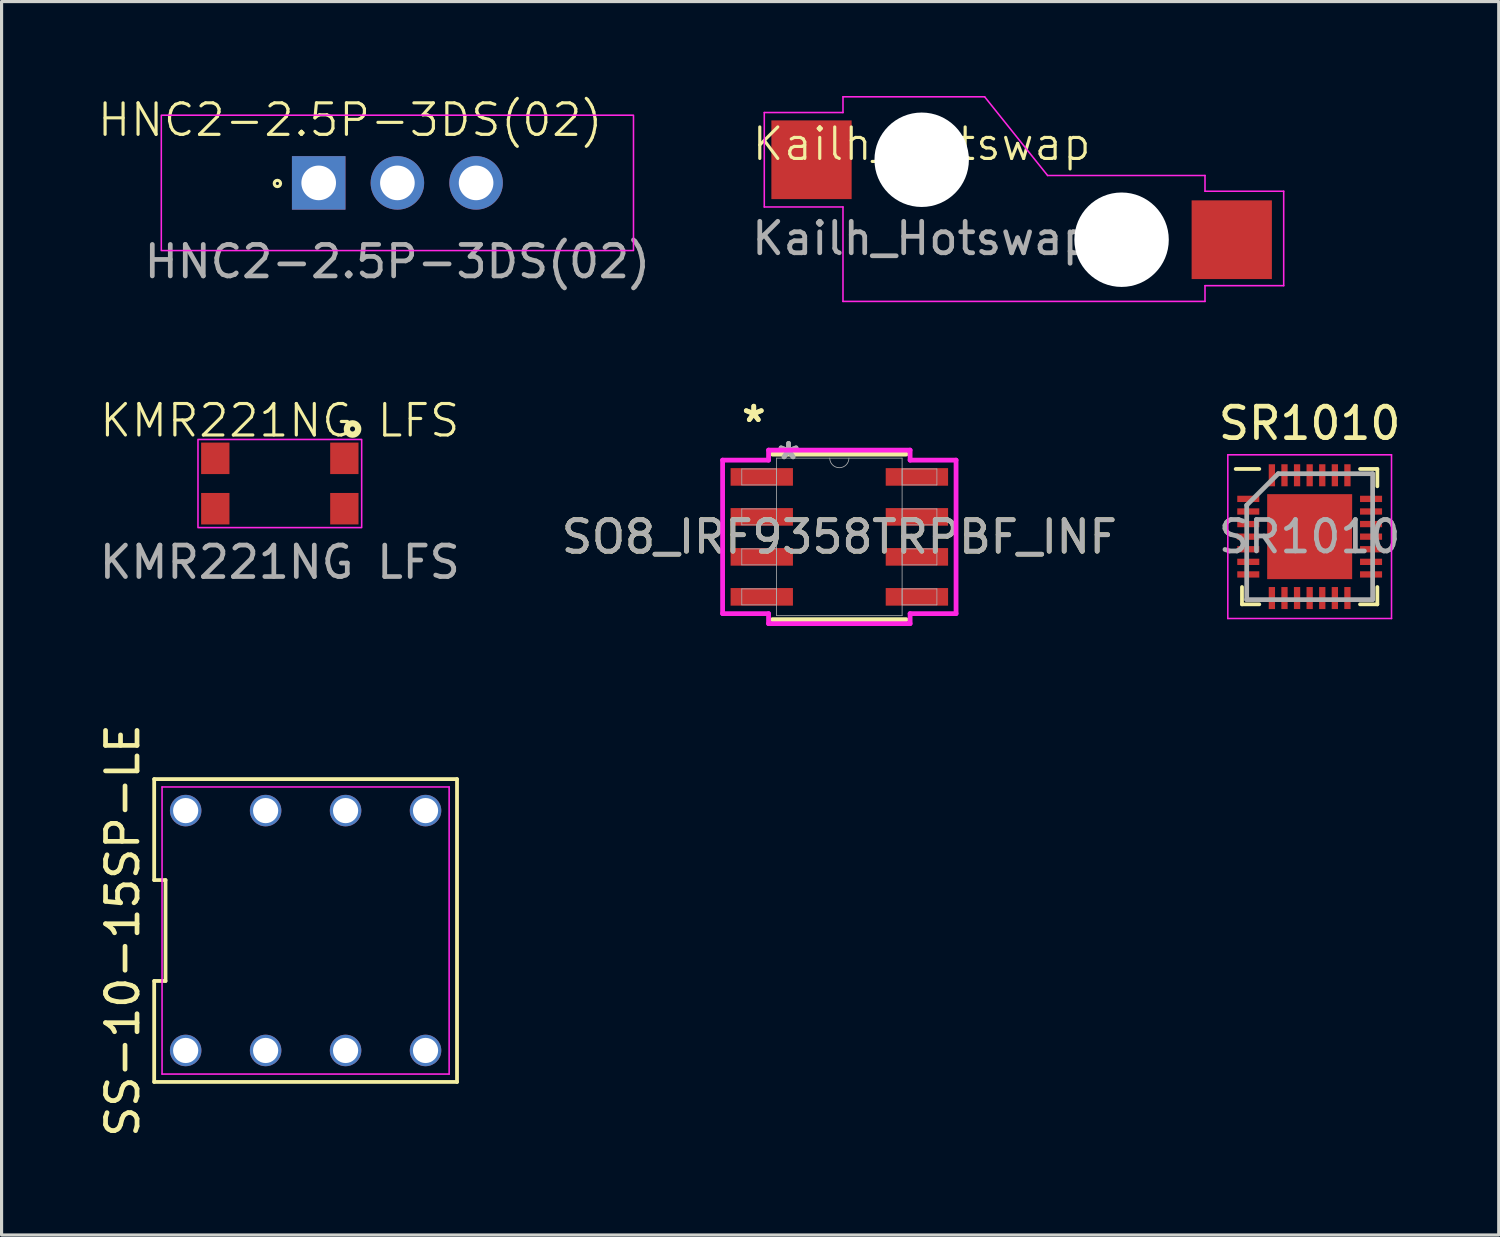
<source format=kicad_pcb>
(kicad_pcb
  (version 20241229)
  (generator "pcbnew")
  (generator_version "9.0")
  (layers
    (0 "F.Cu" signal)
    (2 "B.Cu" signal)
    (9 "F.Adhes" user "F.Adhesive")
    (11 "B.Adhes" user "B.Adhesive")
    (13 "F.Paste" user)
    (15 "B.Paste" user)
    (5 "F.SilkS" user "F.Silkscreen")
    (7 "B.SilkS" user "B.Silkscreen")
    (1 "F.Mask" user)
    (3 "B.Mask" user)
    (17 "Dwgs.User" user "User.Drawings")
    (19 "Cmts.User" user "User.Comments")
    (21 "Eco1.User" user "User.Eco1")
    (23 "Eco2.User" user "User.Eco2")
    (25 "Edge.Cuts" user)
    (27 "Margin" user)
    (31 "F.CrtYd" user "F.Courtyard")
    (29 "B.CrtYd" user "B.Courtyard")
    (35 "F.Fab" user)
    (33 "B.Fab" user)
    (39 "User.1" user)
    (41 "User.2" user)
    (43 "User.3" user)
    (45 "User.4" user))
  (footprint "KMR221NG LFS"
    (layer "F.Cu")
    (at 5.839 12.31)
    (property "Reference" "KMR221NG LFS" (at 0 -2 0) (unlocked yes) (layer "F.SilkS") (effects (font (size 1 1) (thickness 0.1))))
    (attr smd)
    (fp_circle (center 2.31 -1.732) (end 2.39 -1.732) (stroke (width 0.2) (type solid)) (fill no) (layer "F.SilkS"))
    (fp_rect (start -2.6 -1.4) (end 2.6 1.4) (stroke (width 0.05) (type solid)) (fill no) (layer "F.CrtYd"))
    (fp_text user "${REFERENCE}" (at 0 2.5 0) (unlocked yes) (layer "F.Fab") (effects (font (size 1 1) (thickness 0.15))))
    (pad "1" smd rect (at 2.05 -0.8 180) (size 0.9 1) (layers "F.Cu" "F.Mask" "F.Paste"))
    (pad "2" smd rect (at 2.05 0.8 180) (size 0.9 1) (layers "F.Cu" "F.Mask" "F.Paste"))
    (pad "3" smd rect (at -2.05 0.8 180) (size 0.9 1) (layers "F.Cu" "F.Mask" "F.Paste"))
    (pad "4" smd rect (at -2.05 -0.8 180) (size 0.9 1) (layers "F.Cu" "F.Mask" "F.Paste")))
  (footprint "SR1010"
    (layer "F.Cu")
    (at 38.554 13.998)
    (property "Reference" "SR1010" (at 0 -3.6 0) (layer "F.SilkS") (effects (font (size 1 1) (thickness 0.15))))
    (attr smd)
    (fp_line (start -2.15 2.15) (end -2.15 1.6) (stroke (width 0.12) (type default)) (layer "F.SilkS"))
    (fp_line (start -1.6 -2.15) (end -2.35 -2.15) (stroke (width 0.12) (type default)) (layer "F.SilkS"))
    (fp_line (start -1.6 2.15) (end -2.15 2.15) (stroke (width 0.12) (type default)) (layer "F.SilkS"))
    (fp_line (start 1.6 -2.15) (end 2.15 -2.15) (stroke (width 0.12) (type default)) (layer "F.SilkS"))
    (fp_line (start 1.6 2.15) (end 2.15 2.15) (stroke (width 0.12) (type default)) (layer "F.SilkS"))
    (fp_line (start 2.15 -2.15) (end 2.15 -1.6) (stroke (width 0.12) (type default)) (layer "F.SilkS"))
    (fp_line (start 2.15 2.15) (end 2.15 1.6) (stroke (width 0.12) (type default)) (layer "F.SilkS"))
    (fp_line (start -2.6 -2.6) (end 2.6 -2.6) (stroke (width 0.05) (type default)) (layer "F.CrtYd"))
    (fp_line (start -2.6 2.6) (end -2.6 -2.6) (stroke (width 0.05) (type default)) (layer "F.CrtYd"))
    (fp_line (start 2.6 -2.6) (end 2.6 2.6) (stroke (width 0.05) (type default)) (layer "F.CrtYd"))
    (fp_line (start 2.6 2.6) (end -2.6 2.6) (stroke (width 0.05) (type default)) (layer "F.CrtYd"))
    (fp_line (start -2 -1) (end -2 2) (stroke (width 0.15) (type default)) (layer "F.Fab"))
    (fp_line (start -2 2) (end 2 2) (stroke (width 0.15) (type default)) (layer "F.Fab"))
    (fp_line (start -1 -2) (end -2 -1) (stroke (width 0.15) (type default)) (layer "F.Fab"))
    (fp_line (start 2 -2) (end -1 -2) (stroke (width 0.15) (type default)) (layer "F.Fab"))
    (fp_line (start 2 2) (end 2 -2) (stroke (width 0.15) (type default)) (layer "F.Fab"))
    (fp_text user "${REFERENCE}" (at 0 0 0) (layer "F.Fab") (effects (font (size 1 1) (thickness 0.15))))
    (pad "" smd rect (at -1.012 -1.012) (size 0.000001 0.000001) (layers "F.Paste"))
    (pad "" smd rect (at -1.012 -0.338) (size 0.000001 0.000001) (layers "F.Paste"))
    (pad "" smd rect (at -1.012 0.338) (size 0.000001 0.000001) (layers "F.Paste"))
    (pad "" smd rect (at -1.012 1.012) (size 0.000001 0.000001) (layers "F.Paste"))
    (pad "" smd rect (at -0.338 -1.012) (size 0.000001 0.000001) (layers "F.Paste"))
    (pad "" smd rect (at -0.338 -0.338) (size 0.000001 0.000001) (layers "F.Paste"))
    (pad "" smd rect (at -0.338 0.338) (size 0.000001 0.000001) (layers "F.Paste"))
    (pad "" smd rect (at -0.338 1.012) (size 0.000001 0.000001) (layers "F.Paste"))
    (pad "" smd rect (at 0.338 -1.012) (size 0.000001 0.000001) (layers "F.Paste"))
    (pad "" smd rect (at 0.338 -0.338) (size 0.000001 0.000001) (layers "F.Paste"))
    (pad "" smd rect (at 0.338 0.338) (size 0.000001 0.000001) (layers "F.Paste"))
    (pad "" smd rect (at 0.338 1.012) (size 0.000001 0.000001) (layers "F.Paste"))
    (pad "" smd rect (at 1.012 -1.012) (size 0.000001 0.000001) (layers "F.Paste"))
    (pad "" smd rect (at 1.012 -0.338) (size 0.000001 0.000001) (layers "F.Paste"))
    (pad "" smd rect (at 1.012 0.338) (size 0.000001 0.000001) (layers "F.Paste"))
    (pad "" smd rect (at 1.012 1.012) (size 0.000001 0.000001) (layers "F.Paste"))
    (pad "1" smd rect (at -1.95 -1.2 90) (size 0.2 0.7) (layers "F.Cu" "F.Mask" "F.Paste"))
    (pad "2" smd rect (at -1.95 -0.8 90) (size 0.2 0.7) (layers "F.Cu" "F.Mask" "F.Paste"))
    (pad "3" smd rect (at -1.95 -0.4 90) (size 0.2 0.7) (layers "F.Cu" "F.Mask" "F.Paste"))
    (pad "4" smd rect (at -1.95 0 90) (size 0.2 0.7) (layers "F.Cu" "F.Mask" "F.Paste"))
    (pad "5" smd rect (at -1.95 0.4 90) (size 0.2 0.7) (layers "F.Cu" "F.Mask" "F.Paste"))
    (pad "6" smd rect (at -1.95 0.8 90) (size 0.2 0.7) (layers "F.Cu" "F.Mask" "F.Paste"))
    (pad "7" smd rect (at -1.95 1.2 90) (size 0.2 0.7) (layers "F.Cu" "F.Mask" "F.Paste"))
    (pad "8" smd rect (at -1.2 1.95) (size 0.2 0.7) (layers "F.Cu" "F.Mask" "F.Paste"))
    (pad "9" smd rect (at -0.8 1.95) (size 0.2 0.7) (layers "F.Cu" "F.Mask" "F.Paste"))
    (pad "10" smd rect (at -0.4 1.95) (size 0.2 0.7) (layers "F.Cu" "F.Mask" "F.Paste"))
    (pad "11" smd rect (at 0 1.95) (size 0.2 0.7) (layers "F.Cu" "F.Mask" "F.Paste"))
    (pad "12" smd rect (at 0.4 1.95) (size 0.2 0.7) (layers "F.Cu" "F.Mask" "F.Paste"))
    (pad "13" smd rect (at 0.8 1.95) (size 0.2 0.7) (layers "F.Cu" "F.Mask" "F.Paste"))
    (pad "14" smd rect (at 1.2 1.95) (size 0.2 0.7) (layers "F.Cu" "F.Mask" "F.Paste"))
    (pad "15" smd rect (at 1.95 1.2 90) (size 0.2 0.7) (layers "F.Cu" "F.Mask" "F.Paste"))
    (pad "16" smd rect (at 1.95 0.8 90) (size 0.2 0.7) (layers "F.Cu" "F.Mask" "F.Paste"))
    (pad "17" smd rect (at 1.95 0.4 90) (size 0.2 0.7) (layers "F.Cu" "F.Mask" "F.Paste"))
    (pad "18" smd rect (at 1.95 0 90) (size 0.2 0.7) (layers "F.Cu" "F.Mask" "F.Paste"))
    (pad "19" smd rect (at 1.95 -0.4 90) (size 0.2 0.7) (layers "F.Cu" "F.Mask" "F.Paste"))
    (pad "20" smd rect (at 1.95 -0.8 90) (size 0.2 0.7) (layers "F.Cu" "F.Mask" "F.Paste"))
    (pad "21" smd rect (at 1.95 -1.2 90) (size 0.2 0.7) (layers "F.Cu" "F.Mask" "F.Paste"))
    (pad "22" smd rect (at 1.2 -1.95) (size 0.2 0.7) (layers "F.Cu" "F.Mask" "F.Paste"))
    (pad "23" smd rect (at 0.8 -1.95) (size 0.2 0.7) (layers "F.Cu" "F.Mask" "F.Paste"))
    (pad "24" smd rect (at 0.4 -1.95) (size 0.2 0.7) (layers "F.Cu" "F.Mask" "F.Paste"))
    (pad "25" smd rect (at 0 -1.95) (size 0.2 0.7) (layers "F.Cu" "F.Mask" "F.Paste"))
    (pad "26" smd rect (at -0.4 -1.95) (size 0.2 0.7) (layers "F.Cu" "F.Mask" "F.Paste"))
    (pad "27" smd rect (at -0.8 -1.95) (size 0.2 0.7) (layers "F.Cu" "F.Mask" "F.Paste"))
    (pad "28" smd rect (at -1.2 -1.95) (size 0.2 0.7) (layers "F.Cu" "F.Mask" "F.Paste"))
    (pad "29" smd rect (at 0 0) (size 2.7 2.7) (layers "F.Cu" "F.Mask")))
  (footprint "HNC2-2.5P-3DS(02)"
    (layer "F.Cu")
    (at 9.574 2.76)
    (property "Reference" "HNC2-2.5P-3DS(02)" (at -1.5 -2 0) (unlocked yes) (layer "F.SilkS") (effects (font (size 1 1) (thickness 0.1))))
    (attr through_hole)
    (fp_circle (center -3.812 0.018) (end -3.712 0.018) (stroke (width 0.1) (type solid)) (fill no) (layer "F.SilkS"))
    (fp_rect (start -7.5 -2.15) (end 7.5 2.15) (stroke (width 0.05) (type solid)) (fill no) (layer "F.CrtYd"))
    (fp_text user "${REFERENCE}" (at 0 2.5 0) (unlocked yes) (layer "F.Fab") (effects (font (size 1 1) (thickness 0.15))))
    (pad "1" thru_hole rect (at -2.5 0) (size 1.7 1.7) (drill 1.1) (layers "*.Cu" "*.Mask"))
    (pad "2" thru_hole circle (at 0 0) (size 1.7 1.7) (drill 1.1) (layers "*.Cu" "*.Mask"))
    (pad "3" thru_hole circle (at 2.5 0) (size 1.7 1.7) (drill 1.1) (layers "*.Cu" "*.Mask")))
  (footprint "SS-10-15SP-LE"
    (layer "F.Cu")
    (at 6.658 26.51)
    (property "Reference" "SS-10-15SP-LE" (at -5.81 0 90) (layer "F.SilkS") (effects (font (size 1 1) (thickness 0.15))))
    (attr through_hole)
    (fp_line (start -4.81 -4.81) (end -4.81 -1.603) (stroke (width 0.12) (type default)) (layer "F.SilkS"))
    (fp_line (start -4.81 -1.603) (end -4.45 -1.603) (stroke (width 0.12) (type default)) (layer "F.SilkS"))
    (fp_line (start -4.81 1.603) (end -4.81 4.81) (stroke (width 0.12) (type default)) (layer "F.SilkS"))
    (fp_line (start -4.81 4.81) (end 4.81 4.81) (stroke (width 0.12) (type default)) (layer "F.SilkS"))
    (fp_line (start -4.45 -1.603) (end -4.45 1.603) (stroke (width 0.12) (type default)) (layer "F.SilkS"))
    (fp_line (start -4.45 1.603) (end -4.81 1.603) (stroke (width 0.12) (type default)) (layer "F.SilkS"))
    (fp_line (start 4.81 -4.81) (end -4.81 -4.81) (stroke (width 0.12) (type default)) (layer "F.SilkS"))
    (fp_line (start 4.81 4.81) (end 4.81 -4.81) (stroke (width 0.12) (type default)) (layer "F.SilkS"))
    (fp_line (start -4.56 -4.56) (end 4.56 -4.56) (stroke (width 0.05) (type default)) (layer "F.CrtYd"))
    (fp_line (start -4.56 4.56) (end -4.56 -4.56) (stroke (width 0.05) (type default)) (layer "F.CrtYd"))
    (fp_line (start 4.56 -4.56) (end 4.56 4.56) (stroke (width 0.05) (type default)) (layer "F.CrtYd"))
    (fp_line (start 4.56 4.56) (end -4.56 4.56) (stroke (width 0.05) (type default)) (layer "F.CrtYd"))
    (pad "1" thru_hole circle (at 3.81 -3.81) (size 1 1) (drill 0.8) (layers "*.Cu" "*.Mask"))
    (pad "2" thru_hole circle (at -1.27 -3.81) (size 1 1) (drill 0.8) (layers "*.Cu" "*.Mask"))
    (pad "3" thru_hole circle (at -3.81 -3.81) (size 1 1) (drill 0.8) (layers "*.Cu" "*.Mask"))
    (pad "4" thru_hole circle (at 3.81 3.81) (size 1 1) (drill 0.8) (layers "*.Cu" "*.Mask"))
    (pad "5" thru_hole circle (at 1.27 3.81) (size 1 1) (drill 0.8) (layers "*.Cu" "*.Mask"))
    (pad "6" thru_hole circle (at -1.27 3.81) (size 1 1) (drill 0.8) (layers "*.Cu" "*.Mask"))
    (pad "6" thru_hole circle (at 1.27 -3.81) (size 1 1) (drill 0.8) (layers "*.Cu" "*.Mask"))
    (pad "MP" thru_hole circle (at -3.81 3.81) (size 1 1) (drill 0.8) (layers "*.Cu" "*.Mask")))
  (footprint "Kailh_Hotswap"
    (layer "F.Cu")
    (at 26.229 2.025)
    (property "Reference" "Kailh_Hotswap" (at 0 -0.5 0) (unlocked yes) (layer "F.SilkS") (effects (font (size 1 1) (thickness 0.1))))
    (attr through_hole)
    (fp_line (start -5 -1.5) (end -2.5 -1.5) (stroke (width 0.05) (type default)) (layer "F.CrtYd"))
    (fp_line (start -5 1.5) (end -5 -1.5) (stroke (width 0.05) (type default)) (layer "F.CrtYd"))
    (fp_line (start -2.5 -2) (end 2 -2) (stroke (width 0.05) (type default)) (layer "F.CrtYd"))
    (fp_line (start -2.5 -1.5) (end -2.5 -2) (stroke (width 0.05) (type default)) (layer "F.CrtYd"))
    (fp_line (start -2.5 1.5) (end -5 1.5) (stroke (width 0.05) (type default)) (layer "F.CrtYd"))
    (fp_line (start -2.5 4.5) (end -2.5 1.5) (stroke (width 0.05) (type default)) (layer "F.CrtYd"))
    (fp_line (start 2 -2) (end 4 0.5) (stroke (width 0.05) (type default)) (layer "F.CrtYd"))
    (fp_line (start 4 0.5) (end 9 0.5) (stroke (width 0.05) (type default)) (layer "F.CrtYd"))
    (fp_line (start 9 0.5) (end 9 1) (stroke (width 0.05) (type default)) (layer "F.CrtYd"))
    (fp_line (start 9 1) (end 11.5 1) (stroke (width 0.05) (type default)) (layer "F.CrtYd"))
    (fp_line (start 9 4) (end 9 4.5) (stroke (width 0.05) (type default)) (layer "F.CrtYd"))
    (fp_line (start 9 4.5) (end -2.5 4.5) (stroke (width 0.05) (type default)) (layer "F.CrtYd"))
    (fp_line (start 11.5 1) (end 11.5 4) (stroke (width 0.05) (type default)) (layer "F.CrtYd"))
    (fp_line (start 11.5 4) (end 9 4) (stroke (width 0.05) (type default)) (layer "F.CrtYd"))
    (fp_text user "${REFERENCE}" (at 0 2.5 0) (unlocked yes) (layer "F.Fab") (effects (font (size 1 1) (thickness 0.15))))
    (pad "" np_thru_hole circle (at 0 0) (size 3 3) (drill 3) (layers "*.Cu" "*.Mask"))
    (pad "" np_thru_hole circle (at 6.35 2.54) (size 3 3) (drill 3) (layers "*.Cu" "*.Mask"))
    (pad "1" smd rect (at -3.5 0) (size 2.55 2.5) (layers "F.Cu" "F.Mask" "F.Paste"))
    (pad "2" smd rect (at 9.85 2.54) (size 2.55 2.5) (layers "F.Cu" "F.Mask" "F.Paste")))
  (footprint "SO8_IRF9358TRPBF_INF"
    (layer "F.Cu")
    (at 23.613 14.005)
    (property "Reference" "SO8_IRF9358TRPBF_INF" (at 0 0 0) (unlocked yes) (layer "F.SilkS") (effects (font (size 1 1) (thickness 0.15))))
    (attr smd)
    (fp_line (start -2.121 2.629) (end 2.121 2.629) (stroke (width 0.152) (type solid)) (layer "F.SilkS"))
    (fp_line (start 2.121 -2.629) (end -2.121 -2.629) (stroke (width 0.152) (type solid)) (layer "F.SilkS"))
    (fp_line (start -3.708 -2.438) (end -2.248 -2.438) (stroke (width 0.152) (type solid)) (layer "F.CrtYd"))
    (fp_line (start -3.708 2.438) (end -3.708 -2.438) (stroke (width 0.152) (type solid)) (layer "F.CrtYd"))
    (fp_line (start -3.708 2.438) (end -2.248 2.438) (stroke (width 0.152) (type solid)) (layer "F.CrtYd"))
    (fp_line (start -2.248 -2.756) (end 2.248 -2.756) (stroke (width 0.152) (type solid)) (layer "F.CrtYd"))
    (fp_line (start -2.248 -2.438) (end -2.248 -2.756) (stroke (width 0.152) (type solid)) (layer "F.CrtYd"))
    (fp_line (start -2.248 2.756) (end -2.248 2.438) (stroke (width 0.152) (type solid)) (layer "F.CrtYd"))
    (fp_line (start 2.248 -2.756) (end 2.248 -2.438) (stroke (width 0.152) (type solid)) (layer "F.CrtYd"))
    (fp_line (start 2.248 2.438) (end 2.248 2.756) (stroke (width 0.152) (type solid)) (layer "F.CrtYd"))
    (fp_line (start 2.248 2.756) (end -2.248 2.756) (stroke (width 0.152) (type solid)) (layer "F.CrtYd"))
    (fp_line (start 3.708 -2.438) (end 2.248 -2.438) (stroke (width 0.152) (type solid)) (layer "F.CrtYd"))
    (fp_line (start 3.708 -2.438) (end 3.708 2.438) (stroke (width 0.152) (type solid)) (layer "F.CrtYd"))
    (fp_line (start 3.708 2.438) (end 2.248 2.438) (stroke (width 0.152) (type solid)) (layer "F.CrtYd"))
    (fp_line (start -3.099 -2.159) (end -3.099 -1.651) (stroke (width 0.025) (type solid)) (layer "F.Fab"))
    (fp_line (start -3.099 -1.651) (end -1.994 -1.651) (stroke (width 0.025) (type solid)) (layer "F.Fab"))
    (fp_line (start -3.099 -0.889) (end -3.099 -0.381) (stroke (width 0.025) (type solid)) (layer "F.Fab"))
    (fp_line (start -3.099 -0.381) (end -1.994 -0.381) (stroke (width 0.025) (type solid)) (layer "F.Fab"))
    (fp_line (start -3.099 0.381) (end -3.099 0.889) (stroke (width 0.025) (type solid)) (layer "F.Fab"))
    (fp_line (start -3.099 0.889) (end -1.994 0.889) (stroke (width 0.025) (type solid)) (layer "F.Fab"))
    (fp_line (start -3.099 1.651) (end -3.099 2.159) (stroke (width 0.025) (type solid)) (layer "F.Fab"))
    (fp_line (start -3.099 2.159) (end -1.994 2.159) (stroke (width 0.025) (type solid)) (layer "F.Fab"))
    (fp_line (start -1.994 -2.502) (end -1.994 2.502) (stroke (width 0.025) (type solid)) (layer "F.Fab"))
    (fp_line (start -1.994 -2.159) (end -3.099 -2.159) (stroke (width 0.025) (type solid)) (layer "F.Fab"))
    (fp_line (start -1.994 -1.651) (end -1.994 -2.159) (stroke (width 0.025) (type solid)) (layer "F.Fab"))
    (fp_line (start -1.994 -0.889) (end -3.099 -0.889) (stroke (width 0.025) (type solid)) (layer "F.Fab"))
    (fp_line (start -1.994 -0.381) (end -1.994 -0.889) (stroke (width 0.025) (type solid)) (layer "F.Fab"))
    (fp_line (start -1.994 0.381) (end -3.099 0.381) (stroke (width 0.025) (type solid)) (layer "F.Fab"))
    (fp_line (start -1.994 0.889) (end -1.994 0.381) (stroke (width 0.025) (type solid)) (layer "F.Fab"))
    (fp_line (start -1.994 1.651) (end -3.099 1.651) (stroke (width 0.025) (type solid)) (layer "F.Fab"))
    (fp_line (start -1.994 2.159) (end -1.994 1.651) (stroke (width 0.025) (type solid)) (layer "F.Fab"))
    (fp_line (start -1.994 2.502) (end 1.994 2.502) (stroke (width 0.025) (type solid)) (layer "F.Fab"))
    (fp_line (start 1.994 -2.502) (end -1.994 -2.502) (stroke (width 0.025) (type solid)) (layer "F.Fab"))
    (fp_line (start 1.994 -2.159) (end 1.994 -1.651) (stroke (width 0.025) (type solid)) (layer "F.Fab"))
    (fp_line (start 1.994 -1.651) (end 3.099 -1.651) (stroke (width 0.025) (type solid)) (layer "F.Fab"))
    (fp_line (start 1.994 -0.889) (end 1.994 -0.381) (stroke (width 0.025) (type solid)) (layer "F.Fab"))
    (fp_line (start 1.994 -0.381) (end 3.099 -0.381) (stroke (width 0.025) (type solid)) (layer "F.Fab"))
    (fp_line (start 1.994 0.381) (end 1.994 0.889) (stroke (width 0.025) (type solid)) (layer "F.Fab"))
    (fp_line (start 1.994 0.889) (end 3.099 0.889) (stroke (width 0.025) (type solid)) (layer "F.Fab"))
    (fp_line (start 1.994 1.651) (end 1.994 2.159) (stroke (width 0.025) (type solid)) (layer "F.Fab"))
    (fp_line (start 1.994 2.159) (end 3.099 2.159) (stroke (width 0.025) (type solid)) (layer "F.Fab"))
    (fp_line (start 1.994 2.502) (end 1.994 -2.502) (stroke (width 0.025) (type solid)) (layer "F.Fab"))
    (fp_line (start 3.099 -2.159) (end 1.994 -2.159) (stroke (width 0.025) (type solid)) (layer "F.Fab"))
    (fp_line (start 3.099 -1.651) (end 3.099 -2.159) (stroke (width 0.025) (type solid)) (layer "F.Fab"))
    (fp_line (start 3.099 -0.889) (end 1.994 -0.889) (stroke (width 0.025) (type solid)) (layer "F.Fab"))
    (fp_line (start 3.099 -0.381) (end 3.099 -0.889) (stroke (width 0.025) (type solid)) (layer "F.Fab"))
    (fp_line (start 3.099 0.381) (end 1.994 0.381) (stroke (width 0.025) (type solid)) (layer "F.Fab"))
    (fp_line (start 3.099 0.889) (end 3.099 0.381) (stroke (width 0.025) (type solid)) (layer "F.Fab"))
    (fp_line (start 3.099 1.651) (end 1.994 1.651) (stroke (width 0.025) (type solid)) (layer "F.Fab"))
    (fp_line (start 3.099 2.159) (end 3.099 1.651) (stroke (width 0.025) (type solid)) (layer "F.Fab"))
    (fp_arc (start 0.3048 -2.5019) (mid 0 -2.1971) (end -0.3048 -2.5019) (stroke (width 0.0254) (type solid)) (layer "F.Fab"))
    (fp_text user "*" (at -2.718 -3.607 0) (unlocked yes) (layer "F.SilkS") (effects (font (size 1 1) (thickness 0.15))))
    (fp_text user "*" (at -2.718 -3.607 0) (layer "F.SilkS") (effects (font (size 1 1) (thickness 0.15))))
    (fp_text user "*" (at -1.613 -2.426 0) (unlocked yes) (layer "F.Fab") (effects (font (size 1 1) (thickness 0.15))))
    (fp_text user "*" (at -1.613 -2.426 0) (layer "F.Fab") (effects (font (size 1 1) (thickness 0.15))))
    (fp_text user "${REFERENCE}" (at 0 0 0) (unlocked yes) (layer "F.Fab") (effects (font (size 1 1) (thickness 0.15))))
    (pad "1" smd rect (at -2.464 -1.905) (size 1.981 0.559) (layers "F.Cu" "F.Mask" "F.Paste"))
    (pad "2" smd rect (at -2.464 -0.635) (size 1.981 0.559) (layers "F.Cu" "F.Mask" "F.Paste"))
    (pad "3" smd rect (at -2.464 0.635) (size 1.981 0.559) (layers "F.Cu" "F.Mask" "F.Paste"))
    (pad "4" smd rect (at -2.464 1.905) (size 1.981 0.559) (layers "F.Cu" "F.Mask" "F.Paste"))
    (pad "5" smd rect (at 2.464 1.905) (size 1.981 0.559) (layers "F.Cu" "F.Mask" "F.Paste"))
    (pad "6" smd rect (at 2.464 0.635) (size 1.981 0.559) (layers "F.Cu" "F.Mask" "F.Paste"))
    (pad "7" smd rect (at 2.464 -0.635) (size 1.981 0.559) (layers "F.Cu" "F.Mask" "F.Paste"))
    (pad "8" smd rect (at 2.464 -1.905) (size 1.981 0.559) (layers "F.Cu" "F.Mask" "F.Paste")))
  (gr_rect
    (start -3 -3)
    (end 44.56 36.182)
    (stroke (width 0.1) (type default))
    (fill no)
    (layer "Edge.Cuts")))
</source>
